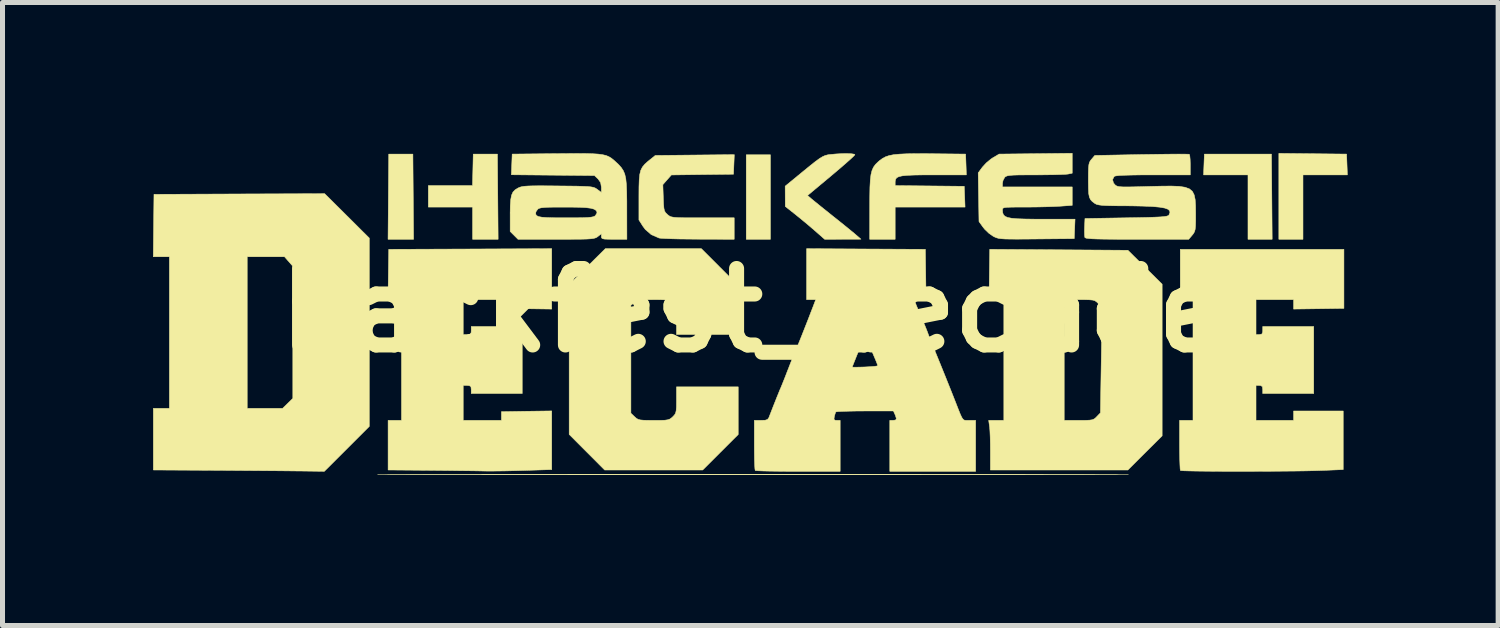
<source format=kicad_pcb>
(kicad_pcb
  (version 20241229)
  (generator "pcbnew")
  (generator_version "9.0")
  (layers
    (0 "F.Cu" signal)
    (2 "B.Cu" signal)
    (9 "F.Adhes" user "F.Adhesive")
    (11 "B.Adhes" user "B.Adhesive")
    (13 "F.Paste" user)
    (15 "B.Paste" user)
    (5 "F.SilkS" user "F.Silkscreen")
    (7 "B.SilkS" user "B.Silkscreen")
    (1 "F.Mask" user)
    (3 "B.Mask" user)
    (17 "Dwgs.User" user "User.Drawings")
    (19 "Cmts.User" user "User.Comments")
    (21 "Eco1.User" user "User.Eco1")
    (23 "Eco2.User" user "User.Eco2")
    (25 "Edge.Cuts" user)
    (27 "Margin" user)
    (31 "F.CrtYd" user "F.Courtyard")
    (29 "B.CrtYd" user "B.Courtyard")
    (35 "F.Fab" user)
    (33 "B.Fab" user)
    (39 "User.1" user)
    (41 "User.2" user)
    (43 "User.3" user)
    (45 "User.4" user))
  (footprint "hackfest_decade"
    (layer "F.Cu")
    (at 11.957 3.136)
    (property "Reference" "hackfest_decade" (at 0 0 0) (layer "F.SilkS") (effects (font (size 1.524 1.524) (thickness 0.3))))
    (attr through_hole)
    (fp_poly (pts (xy 0.348 -1.417) (xy -0.134 -1.417) (xy -0.134 -3.101) (xy 0.348 -3.101) (xy 0.348 -1.417)) (stroke (width 0.01) (type solid)) (fill yes) (layer "F.SilkS"))
    (fp_poly (pts (xy -6.771 -2.266) (xy -6.764 -1.417) (xy -7.273 -1.417) (xy -7.266 -2.266) (xy -7.259 -3.115) (xy -6.778 -3.115) (xy -6.771 -2.266)) (stroke (width 0.01) (type solid)) (fill yes) (layer "F.SilkS"))
    (fp_poly (pts (xy 10.348 -1.417) (xy 9.866 -1.417) (xy 9.866 -2.7) (xy 8.981 -2.7) (xy 8.989 -2.908) (xy 8.997 -3.115) (xy 10.334 -3.115) (xy 10.348 -1.417)) (stroke (width 0.01) (type solid)) (fill yes) (layer "F.SilkS"))
    (fp_poly (pts (xy 11.156 -3.122) (xy 11.831 -3.115) (xy 11.839 -2.908) (xy 11.847 -2.7) (xy 10.962 -2.7) (xy 10.962 -1.417) (xy 10.481 -1.417) (xy 10.481 -3.129) (xy 11.156 -3.122)) (stroke (width 0.01) (type solid)) (fill yes) (layer "F.SilkS"))
    (fp_poly (pts (xy -5.086 -2.266) (xy -5.079 -1.417) (xy -5.588 -1.417) (xy -5.588 -2.059) (xy -6.47 -2.059) (xy -6.47 -2.487) (xy -5.59 -2.487) (xy -5.582 -2.801) (xy -5.575 -3.115) (xy -5.093 -3.115) (xy -5.086 -2.266)) (stroke (width 0.01) (type solid)) (fill yes) (layer "F.SilkS"))
    (fp_poly (pts (xy -8.092 -1.884) (xy -7.647 -1.441) (xy -7.647 2.313) (xy -8.095 2.761) (xy -8.543 3.208) (xy -8.984 3.202) (xy -9.104 3.201) (xy -9.27 3.199) (xy -9.473 3.197) (xy -9.706 3.195) (xy -9.961 3.193) (xy -10.23 3.191) (xy -10.505 3.189) (xy -10.688 3.188) (xy -11.951 3.181) (xy -11.951 1.952) (xy -11.631 1.952) (xy -11.631 -1.069) (xy -10.08 -1.069) (xy -10.08 1.952) (xy -9.374 1.952) (xy -9.272 1.853) (xy -9.171 1.754) (xy -9.171 -0.88) (xy -9.337 -1.069) (xy -10.08 -1.069) (xy -11.631 -1.069) (xy -11.952 -1.069) (xy -11.938 -2.313) (xy -10.238 -2.32) (xy -8.537 -2.326) (xy -8.092 -1.884)) (stroke (width 0.01) (type solid)) (fill yes) (layer "F.SilkS"))
    (fp_poly (pts (xy 3.479 -3.123) (xy 3.569 -3.122) (xy 4.238 -3.115) (xy 4.246 -2.908) (xy 4.253 -2.7) (xy 3.603 -2.7) (xy 3.38 -2.7) (xy 3.204 -2.697) (xy 3.07 -2.691) (xy 2.973 -2.681) (xy 2.907 -2.665) (xy 2.865 -2.644) (xy 2.843 -2.614) (xy 2.835 -2.576) (xy 2.834 -2.552) (xy 2.834 -2.487) (xy 3.523 -2.48) (xy 4.211 -2.473) (xy 4.219 -2.266) (xy 4.227 -2.059) (xy 2.834 -2.059) (xy 2.834 -1.417) (xy 2.326 -1.417) (xy 2.327 -2.052) (xy 2.328 -2.278) (xy 2.331 -2.457) (xy 2.339 -2.598) (xy 2.352 -2.706) (xy 2.373 -2.789) (xy 2.402 -2.854) (xy 2.441 -2.908) (xy 2.492 -2.958) (xy 2.528 -2.989) (xy 2.583 -3.029) (xy 2.643 -3.061) (xy 2.714 -3.085) (xy 2.804 -3.103) (xy 2.919 -3.114) (xy 3.065 -3.121) (xy 3.25 -3.124) (xy 3.479 -3.123)) (stroke (width 0.01) (type solid)) (fill yes) (layer "F.SilkS"))
    (fp_poly (pts (xy 7.473 -1.198) (xy 8.155 -0.522) (xy 8.155 2.501) (xy 7.813 2.841) (xy 7.472 3.182) (xy 4.732 3.182) (xy 4.732 2.811) (xy 4.731 2.663) (xy 4.728 2.523) (xy 4.723 2.406) (xy 4.717 2.325) (xy 4.715 2.316) (xy 4.698 2.192) (xy 5 2.192) (xy 5 -0.214) (xy 6.203 -0.214) (xy 6.203 2.192) (xy 6.492 2.192) (xy 6.62 2.192) (xy 6.707 2.188) (xy 6.763 2.18) (xy 6.802 2.163) (xy 6.834 2.137) (xy 6.853 2.117) (xy 6.925 2.042) (xy 6.942 0.993) (xy 6.959 -0.056) (xy 6.883 -0.135) (xy 6.849 -0.169) (xy 6.816 -0.192) (xy 6.773 -0.205) (xy 6.708 -0.211) (xy 6.611 -0.214) (xy 6.505 -0.214) (xy 6.203 -0.214) (xy 5 -0.214) (xy 4.852 -0.214) (xy 4.705 -0.214) (xy 4.712 -0.715) (xy 4.719 -1.217) (xy 7.473 -1.198)) (stroke (width 0.01) (type solid)) (fill yes) (layer "F.SilkS"))
    (fp_poly (pts (xy 1.968 -3.121) (xy 2.021 -3.112) (xy 2.032 -3.103) (xy 2.012 -3.079) (xy 1.957 -3.027) (xy 1.872 -2.951) (xy 1.763 -2.856) (xy 1.636 -2.748) (xy 1.56 -2.684) (xy 1.088 -2.29) (xy 1.168 -2.221) (xy 1.217 -2.181) (xy 1.298 -2.115) (xy 1.402 -2.031) (xy 1.521 -1.936) (xy 1.593 -1.878) (xy 1.719 -1.778) (xy 1.838 -1.682) (xy 1.941 -1.598) (xy 2.018 -1.535) (xy 2.045 -1.512) (xy 2.152 -1.419) (xy 1.429 -1.417) (xy 1.239 -1.584) (xy 1.124 -1.683) (xy 0.991 -1.794) (xy 0.867 -1.895) (xy 0.846 -1.912) (xy 0.644 -2.072) (xy 0.643 -2.274) (xy 0.642 -2.476) (xy 1.015 -2.782) (xy 1.15 -2.892) (xy 1.252 -2.973) (xy 1.33 -3.029) (xy 1.39 -3.065) (xy 1.44 -3.087) (xy 1.49 -3.1) (xy 1.53 -3.106) (xy 1.65 -3.117) (xy 1.771 -3.124) (xy 1.881 -3.125) (xy 1.968 -3.121)) (stroke (width 0.01) (type solid)) (fill yes) (layer "F.SilkS"))
    (fp_poly (pts (xy -0.38 -2.909) (xy -0.388 -2.714) (xy -1.007 -2.707) (xy -1.626 -2.699) (xy -1.796 -2.506) (xy -1.787 -2.24) (xy -1.782 -2.117) (xy -1.775 -2.036) (xy -1.763 -1.983) (xy -1.742 -1.947) (xy -1.709 -1.915) (xy -1.703 -1.909) (xy -1.678 -1.889) (xy -1.652 -1.873) (xy -1.618 -1.862) (xy -1.569 -1.854) (xy -1.497 -1.849) (xy -1.395 -1.846) (xy -1.257 -1.845) (xy -1.075 -1.845) (xy -1.001 -1.845) (xy -0.374 -1.845) (xy -0.374 -1.417) (xy -1.09 -1.419) (xy -1.283 -1.421) (xy -1.462 -1.423) (xy -1.618 -1.427) (xy -1.744 -1.432) (xy -1.831 -1.437) (xy -1.872 -1.442) (xy -2.027 -1.51) (xy -2.145 -1.612) (xy -2.194 -1.678) (xy -2.273 -1.802) (xy -2.273 -2.274) (xy -2.272 -2.461) (xy -2.267 -2.603) (xy -2.256 -2.711) (xy -2.236 -2.792) (xy -2.203 -2.857) (xy -2.156 -2.914) (xy -2.091 -2.972) (xy -2.05 -3.005) (xy -1.947 -3.088) (xy -1.159 -3.096) (xy -0.372 -3.104) (xy -0.38 -2.909)) (stroke (width 0.01) (type solid)) (fill yes) (layer "F.SilkS"))
    (fp_poly (pts (xy -4.011 -0.026) (xy -5.013 -0.04) (xy -5.013 -0.127) (xy -5.013 -0.214) (xy -5.775 -0.214) (xy -5.775 0.481) (xy -5.695 0.481) (xy -5.638 0.475) (xy -5.617 0.443) (xy -5.615 0.401) (xy -5.615 0.321) (xy -4.599 0.321) (xy -4.599 1.658) (xy -5.615 1.658) (xy -5.615 1.577) (xy -5.621 1.521) (xy -5.653 1.5) (xy -5.695 1.497) (xy -5.775 1.497) (xy -5.775 2.192) (xy -5.013 2.192) (xy -5.013 2.106) (xy -5.013 2.019) (xy -4.512 2.011) (xy -4.011 2.004) (xy -4.011 3.173) (xy -4.592 3.191) (xy -4.777 3.196) (xy -4.956 3.2) (xy -5.118 3.202) (xy -5.252 3.203) (xy -5.346 3.202) (xy -5.361 3.202) (xy -5.434 3.2) (xy -5.553 3.198) (xy -5.708 3.196) (xy -5.892 3.194) (xy -6.097 3.191) (xy -6.314 3.189) (xy -6.41 3.188) (xy -7.272 3.181) (xy -7.272 2.192) (xy -7.005 2.192) (xy -7.005 -0.214) (xy -7.274 -0.214) (xy -7.259 -1.217) (xy -5.635 -1.223) (xy -4.011 -1.23) (xy -4.011 -0.026)) (stroke (width 0.01) (type solid)) (fill yes) (layer "F.SilkS"))
    (fp_poly (pts (xy 11.778 -0.04) (xy 10.775 -0.026) (xy 10.775 -0.214) (xy 10.026 -0.214) (xy 10.026 0.481) (xy 10.093 0.481) (xy 10.141 0.473) (xy 10.158 0.436) (xy 10.16 0.401) (xy 10.16 0.321) (xy 11.176 0.321) (xy 11.176 1.658) (xy 10.16 1.658) (xy 10.16 1.577) (xy 10.153 1.52) (xy 10.122 1.499) (xy 10.093 1.497) (xy 10.026 1.497) (xy 10.026 2.192) (xy 10.775 2.192) (xy 10.775 2.005) (xy 11.764 2.005) (xy 11.764 3.173) (xy 11.319 3.191) (xy 11.188 3.195) (xy 11.024 3.199) (xy 10.831 3.202) (xy 10.617 3.204) (xy 10.387 3.206) (xy 10.148 3.207) (xy 9.904 3.208) (xy 9.663 3.208) (xy 9.429 3.208) (xy 9.21 3.207) (xy 9.011 3.205) (xy 8.837 3.203) (xy 8.696 3.2) (xy 8.592 3.197) (xy 8.532 3.193) (xy 8.52 3.191) (xy 8.514 3.159) (xy 8.51 3.083) (xy 8.506 2.972) (xy 8.503 2.833) (xy 8.502 2.683) (xy 8.502 2.192) (xy 8.77 2.192) (xy 8.77 -0.211) (xy 8.516 -0.227) (xy 8.516 -1.217) (xy 11.778 -1.217) (xy 11.778 -0.04)) (stroke (width 0.01) (type solid)) (fill yes) (layer "F.SilkS"))
    (fp_poly (pts (xy -0.661 -0.862) (xy -0.294 -0.494) (xy -0.294 0.481) (xy -1.524 0.481) (xy -1.524 0.206) (xy -1.525 0.081) (xy -1.528 -0.003) (xy -1.538 -0.057) (xy -1.556 -0.095) (xy -1.585 -0.129) (xy -1.599 -0.142) (xy -1.634 -0.173) (xy -1.669 -0.194) (xy -1.717 -0.206) (xy -1.787 -0.212) (xy -1.893 -0.214) (xy -1.976 -0.214) (xy -2.112 -0.213) (xy -2.207 -0.208) (xy -2.272 -0.198) (xy -2.319 -0.181) (xy -2.355 -0.159) (xy -2.433 -0.103) (xy -2.433 2.049) (xy -2.358 2.121) (xy -2.323 2.152) (xy -2.288 2.172) (xy -2.241 2.184) (xy -2.171 2.19) (xy -2.066 2.192) (xy -1.979 2.192) (xy -1.846 2.192) (xy -1.756 2.189) (xy -1.696 2.18) (xy -1.655 2.165) (xy -1.621 2.141) (xy -1.599 2.121) (xy -1.565 2.085) (xy -1.543 2.049) (xy -1.531 2) (xy -1.525 1.926) (xy -1.524 1.813) (xy -1.524 1.786) (xy -1.524 1.524) (xy -0.294 1.524) (xy -0.294 2.474) (xy -0.649 2.828) (xy -1.003 3.182) (xy -2.955 3.182) (xy -3.309 2.827) (xy -3.663 2.472) (xy -3.663 -0.516) (xy -3.302 -0.873) (xy -2.942 -1.23) (xy -1.029 -1.23) (xy -0.661 -0.862)) (stroke (width 0.01) (type solid)) (fill yes) (layer "F.SilkS"))
    (fp_poly (pts (xy 1.096 3.266) (xy 1.939 3.266) (xy 2.766 3.266) (xy 3.571 3.267) (xy 4.346 3.267) (xy 5.084 3.268) (xy 5.779 3.268) (xy 6.063 3.269) (xy 6.419 3.269) (xy 6.724 3.269) (xy 6.976 3.27) (xy 7.177 3.27) (xy 7.327 3.271) (xy 7.427 3.271) (xy 7.478 3.271) (xy 7.481 3.272) (xy 7.436 3.272) (xy 7.344 3.272) (xy 7.206 3.273) (xy 7.022 3.273) (xy 6.793 3.273) (xy 6.52 3.274) (xy 6.203 3.274) (xy 5.844 3.274) (xy 5.443 3.274) (xy 5.001 3.275) (xy 4.518 3.275) (xy 3.995 3.275) (xy 3.433 3.275) (xy 2.833 3.275) (xy 2.195 3.275) (xy 1.52 3.275) (xy 0.809 3.275) (xy 0.062 3.275) (xy 0 3.275) (xy -0.75 3.275) (xy -1.464 3.275) (xy -2.142 3.275) (xy -2.783 3.275) (xy -3.386 3.275) (xy -3.951 3.275) (xy -4.477 3.275) (xy -4.963 3.275) (xy -5.409 3.274) (xy -5.813 3.274) (xy -6.176 3.274) (xy -6.496 3.274) (xy -6.772 3.273) (xy -7.005 3.273) (xy -7.192 3.273) (xy -7.334 3.272) (xy -7.43 3.272) (xy -7.479 3.272) (xy -7.48 3.271) (xy -7.433 3.271) (xy -7.337 3.271) (xy -7.191 3.27) (xy -6.994 3.27) (xy -6.746 3.269) (xy -6.446 3.269) (xy -6.094 3.269) (xy -6.063 3.269) (xy -5.389 3.268) (xy -4.668 3.267) (xy -3.908 3.267) (xy -3.116 3.266) (xy -2.297 3.266) (xy -1.46 3.266) (xy -0.611 3.266) (xy 0.243 3.266) (xy 1.096 3.266)) (stroke (width 0.01) (type solid)) (fill yes) (layer "F.SilkS"))
    (fp_poly (pts (xy 6.363 -2.734) (xy 6.28 -2.717) (xy 6.228 -2.712) (xy 6.133 -2.708) (xy 6.003 -2.704) (xy 5.847 -2.702) (xy 5.676 -2.7) (xy 5.629 -2.7) (xy 5.439 -2.7) (xy 5.296 -2.699) (xy 5.191 -2.696) (xy 5.119 -2.69) (xy 5.071 -2.682) (xy 5.04 -2.67) (xy 5.02 -2.655) (xy 5.017 -2.652) (xy 4.983 -2.587) (xy 4.973 -2.531) (xy 4.973 -2.46) (xy 6.363 -2.46) (xy 6.363 -2.093) (xy 6.119 -2.076) (xy 6.004 -2.07) (xy 5.853 -2.065) (xy 5.681 -2.061) (xy 5.504 -2.059) (xy 5.423 -2.059) (xy 5.259 -2.059) (xy 5.14 -2.057) (xy 5.06 -2.054) (xy 5.011 -2.048) (xy 4.985 -2.038) (xy 4.975 -2.022) (xy 4.973 -2.001) (xy 4.973 -1.999) (xy 4.977 -1.947) (xy 4.992 -1.906) (xy 5.023 -1.875) (xy 5.075 -1.852) (xy 5.155 -1.836) (xy 5.268 -1.826) (xy 5.419 -1.821) (xy 5.615 -1.818) (xy 5.775 -1.818) (xy 6.419 -1.818) (xy 6.411 -1.624) (xy 6.403 -1.43) (xy 5.653 -1.423) (xy 5.433 -1.421) (xy 5.26 -1.42) (xy 5.126 -1.421) (xy 5.026 -1.423) (xy 4.952 -1.428) (xy 4.898 -1.435) (xy 4.857 -1.446) (xy 4.822 -1.46) (xy 4.788 -1.477) (xy 4.702 -1.537) (xy 4.618 -1.618) (xy 4.589 -1.654) (xy 4.505 -1.77) (xy 4.497 -2.255) (xy 4.489 -2.741) (xy 4.573 -2.855) (xy 4.65 -2.939) (xy 4.744 -3.017) (xy 4.782 -3.042) (xy 4.906 -3.115) (xy 5.635 -3.123) (xy 6.363 -3.131) (xy 6.363 -2.734)) (stroke (width 0.01) (type solid)) (fill yes) (layer "F.SilkS"))
    (fp_poly (pts (xy 8.603 -3.114) (xy 8.674 -3.113) (xy 8.696 -3.111) (xy 8.706 -3.08) (xy 8.713 -3.01) (xy 8.716 -2.915) (xy 8.716 -2.899) (xy 8.716 -2.7) (xy 7.973 -2.7) (xy 7.733 -2.7) (xy 7.542 -2.697) (xy 7.398 -2.693) (xy 7.295 -2.688) (xy 7.23 -2.68) (xy 7.199 -2.67) (xy 7.198 -2.668) (xy 7.167 -2.606) (xy 7.186 -2.538) (xy 7.219 -2.5) (xy 7.24 -2.484) (xy 7.267 -2.473) (xy 7.308 -2.465) (xy 7.37 -2.461) (xy 7.459 -2.46) (xy 7.584 -2.462) (xy 7.75 -2.466) (xy 7.888 -2.47) (xy 8.136 -2.476) (xy 8.336 -2.478) (xy 8.492 -2.472) (xy 8.611 -2.454) (xy 8.698 -2.422) (xy 8.757 -2.373) (xy 8.793 -2.303) (xy 8.813 -2.21) (xy 8.821 -2.091) (xy 8.823 -1.942) (xy 8.823 -1.92) (xy 8.823 -1.779) (xy 8.82 -1.681) (xy 8.813 -1.614) (xy 8.8 -1.568) (xy 8.78 -1.532) (xy 8.754 -1.499) (xy 8.685 -1.417) (xy 7.657 -1.417) (xy 7.388 -1.417) (xy 7.168 -1.418) (xy 6.992 -1.42) (xy 6.856 -1.423) (xy 6.755 -1.427) (xy 6.685 -1.433) (xy 6.642 -1.439) (xy 6.62 -1.448) (xy 6.615 -1.453) (xy 6.609 -1.498) (xy 6.607 -1.577) (xy 6.609 -1.661) (xy 6.617 -1.831) (xy 7.441 -1.845) (xy 7.677 -1.849) (xy 7.866 -1.853) (xy 8.012 -1.858) (xy 8.121 -1.863) (xy 8.197 -1.87) (xy 8.247 -1.878) (xy 8.276 -1.888) (xy 8.289 -1.898) (xy 8.31 -1.945) (xy 8.306 -1.984) (xy 8.273 -2.015) (xy 8.207 -2.039) (xy 8.105 -2.057) (xy 7.963 -2.07) (xy 7.777 -2.078) (xy 7.543 -2.083) (xy 7.379 -2.084) (xy 7.197 -2.085) (xy 7.061 -2.088) (xy 6.963 -2.093) (xy 6.895 -2.102) (xy 6.849 -2.113) (xy 6.817 -2.129) (xy 6.764 -2.168) (xy 6.728 -2.207) (xy 6.705 -2.257) (xy 6.691 -2.329) (xy 6.686 -2.432) (xy 6.684 -2.578) (xy 6.684 -2.597) (xy 6.685 -2.739) (xy 6.688 -2.838) (xy 6.695 -2.905) (xy 6.707 -2.951) (xy 6.727 -2.986) (xy 6.749 -3.013) (xy 6.813 -3.088) (xy 7.745 -3.106) (xy 7.963 -3.109) (xy 8.164 -3.112) (xy 8.342 -3.114) (xy 8.49 -3.115) (xy 8.603 -3.114)) (stroke (width 0.01) (type solid)) (fill yes) (layer "F.SilkS"))
    (fp_poly (pts (xy -3.34 -3.126) (xy -3.197 -3.122) (xy -3.085 -3.115) (xy -2.997 -3.103) (xy -2.929 -3.087) (xy -2.875 -3.065) (xy -2.829 -3.038) (xy -2.784 -3.003) (xy -2.75 -2.973) (xy -2.68 -2.908) (xy -2.626 -2.848) (xy -2.585 -2.786) (xy -2.555 -2.715) (xy -2.535 -2.626) (xy -2.523 -2.511) (xy -2.517 -2.364) (xy -2.514 -2.176) (xy -2.514 -2.025) (xy -2.513 -1.417) (xy -2.767 -1.417) (xy -2.885 -1.418) (xy -2.96 -1.421) (xy -3 -1.43) (xy -3.018 -1.446) (xy -3.021 -1.472) (xy -3.021 -1.528) (xy -3.092 -1.472) (xy -3.114 -1.456) (xy -3.141 -1.444) (xy -3.178 -1.434) (xy -3.231 -1.427) (xy -3.307 -1.422) (xy -3.412 -1.419) (xy -3.553 -1.418) (xy -3.736 -1.417) (xy -3.923 -1.417) (xy -4.683 -1.417) (xy -4.761 -1.495) (xy -4.839 -1.573) (xy -4.839 -1.916) (xy -4.839 -1.942) (xy -4.331 -1.942) (xy -4.327 -1.91) (xy -4.309 -1.887) (xy -4.271 -1.869) (xy -4.207 -1.857) (xy -4.111 -1.85) (xy -3.976 -1.846) (xy -3.797 -1.845) (xy -3.726 -1.845) (xy -3.539 -1.845) (xy -3.398 -1.847) (xy -3.295 -1.851) (xy -3.225 -1.858) (xy -3.18 -1.867) (xy -3.152 -1.88) (xy -3.142 -1.888) (xy -3.112 -1.934) (xy -3.109 -1.962) (xy -3.129 -1.994) (xy -3.168 -2.018) (xy -3.233 -2.036) (xy -3.33 -2.048) (xy -3.465 -2.055) (xy -3.645 -2.058) (xy -3.748 -2.058) (xy -3.928 -2.058) (xy -4.063 -2.056) (xy -4.159 -2.051) (xy -4.223 -2.044) (xy -4.264 -2.033) (xy -4.288 -2.018) (xy -4.289 -2.017) (xy -4.323 -1.969) (xy -4.331 -1.942) (xy -4.839 -1.942) (xy -4.837 -2.084) (xy -4.828 -2.208) (xy -4.811 -2.296) (xy -4.783 -2.358) (xy -4.74 -2.403) (xy -4.68 -2.44) (xy -4.679 -2.44) (xy -4.645 -2.455) (xy -4.605 -2.466) (xy -4.552 -2.474) (xy -4.477 -2.479) (xy -4.376 -2.482) (xy -4.24 -2.483) (xy -4.063 -2.482) (xy -3.886 -2.48) (xy -3.674 -2.478) (xy -3.509 -2.476) (xy -3.384 -2.472) (xy -3.292 -2.468) (xy -3.226 -2.461) (xy -3.18 -2.452) (xy -3.147 -2.44) (xy -3.12 -2.424) (xy -3.104 -2.412) (xy -3.021 -2.351) (xy -3.021 -2.454) (xy -3.036 -2.547) (xy -3.087 -2.619) (xy -3.09 -2.622) (xy -3.159 -2.687) (xy -4.815 -2.703) (xy -4.799 -3.115) (xy -4.011 -3.123) (xy -3.741 -3.125) (xy -3.52 -3.127) (xy -3.34 -3.126)) (stroke (width 0.01) (type solid)) (fill yes) (layer "F.SilkS"))
    (fp_poly (pts (xy 2.253 -1.223) (xy 3.436 -1.217) (xy 3.443 -0.715) (xy 3.45 -0.214) (xy 3.33 -0.214) (xy 3.28 -0.215) (xy 3.247 -0.213) (xy 3.231 -0.201) (xy 3.231 -0.171) (xy 3.25 -0.115) (xy 3.287 -0.026) (xy 3.343 0.104) (xy 3.356 0.134) (xy 3.403 0.245) (xy 3.444 0.346) (xy 3.474 0.422) (xy 3.481 0.441) (xy 3.502 0.498) (xy 3.538 0.591) (xy 3.584 0.705) (xy 3.624 0.802) (xy 3.725 1.049) (xy 3.837 1.326) (xy 3.952 1.613) (xy 4.038 1.831) (xy 4.093 1.972) (xy 4.133 2.071) (xy 4.163 2.135) (xy 4.189 2.172) (xy 4.216 2.189) (xy 4.25 2.193) (xy 4.296 2.193) (xy 4.31 2.192) (xy 4.438 2.192) (xy 4.438 3.208) (xy 2.727 3.208) (xy 2.727 2.192) (xy 2.794 2.192) (xy 2.844 2.185) (xy 2.858 2.156) (xy 2.839 2.094) (xy 2.83 2.073) (xy 2.799 2.005) (xy 2.23 2.005) (xy 2.061 2.006) (xy 1.911 2.009) (xy 1.788 2.013) (xy 1.7 2.017) (xy 1.654 2.023) (xy 1.65 2.025) (xy 1.636 2.064) (xy 1.621 2.119) (xy 1.614 2.172) (xy 1.637 2.19) (xy 1.671 2.192) (xy 1.738 2.192) (xy 1.738 3.208) (xy 0.9 3.208) (xy 0.694 3.208) (xy 0.504 3.206) (xy 0.339 3.204) (xy 0.205 3.201) (xy 0.107 3.197) (xy 0.053 3.193) (xy 0.045 3.191) (xy 0.039 3.159) (xy 0.034 3.083) (xy 0.03 2.972) (xy 0.028 2.833) (xy 0.027 2.683) (xy 0.027 2.192) (xy 0.161 2.192) (xy 0.244 2.189) (xy 0.29 2.174) (xy 0.315 2.142) (xy 0.319 2.132) (xy 0.404 1.914) (xy 0.479 1.725) (xy 0.54 1.575) (xy 0.551 1.551) (xy 0.589 1.458) (xy 0.638 1.336) (xy 0.688 1.206) (xy 0.707 1.159) (xy 0.718 1.13) (xy 1.978 1.13) (xy 2.003 1.132) (xy 2.07 1.132) (xy 2.167 1.13) (xy 2.232 1.128) (xy 2.342 1.122) (xy 2.427 1.115) (xy 2.478 1.107) (xy 2.487 1.102) (xy 2.477 1.07) (xy 2.451 1.004) (xy 2.413 0.914) (xy 2.37 0.813) (xy 2.325 0.711) (xy 2.283 0.62) (xy 2.251 0.552) (xy 2.232 0.517) (xy 2.23 0.515) (xy 2.217 0.541) (xy 2.19 0.605) (xy 2.153 0.695) (xy 2.11 0.799) (xy 2.066 0.906) (xy 2.027 1.004) (xy 1.997 1.08) (xy 1.98 1.124) (xy 1.978 1.13) (xy 0.718 1.13) (xy 0.752 1.042) (xy 0.795 0.934) (xy 0.829 0.851) (xy 0.841 0.825) (xy 0.87 0.757) (xy 0.914 0.648) (xy 0.97 0.509) (xy 1.034 0.347) (xy 1.102 0.174) (xy 1.17 -0.003) (xy 1.177 -0.02) (xy 1.251 -0.214) (xy 1.069 -0.214) (xy 1.069 -1.23) (xy 2.253 -1.223)) (stroke (width 0.01) (type solid)) (fill yes) (layer "F.SilkS")))
  (gr_rect
    (start -3 -3)
    (end 26.809 9.417)
    (stroke (width 0.1) (type default))
    (fill no)
    (layer "Edge.Cuts")))
</source>
